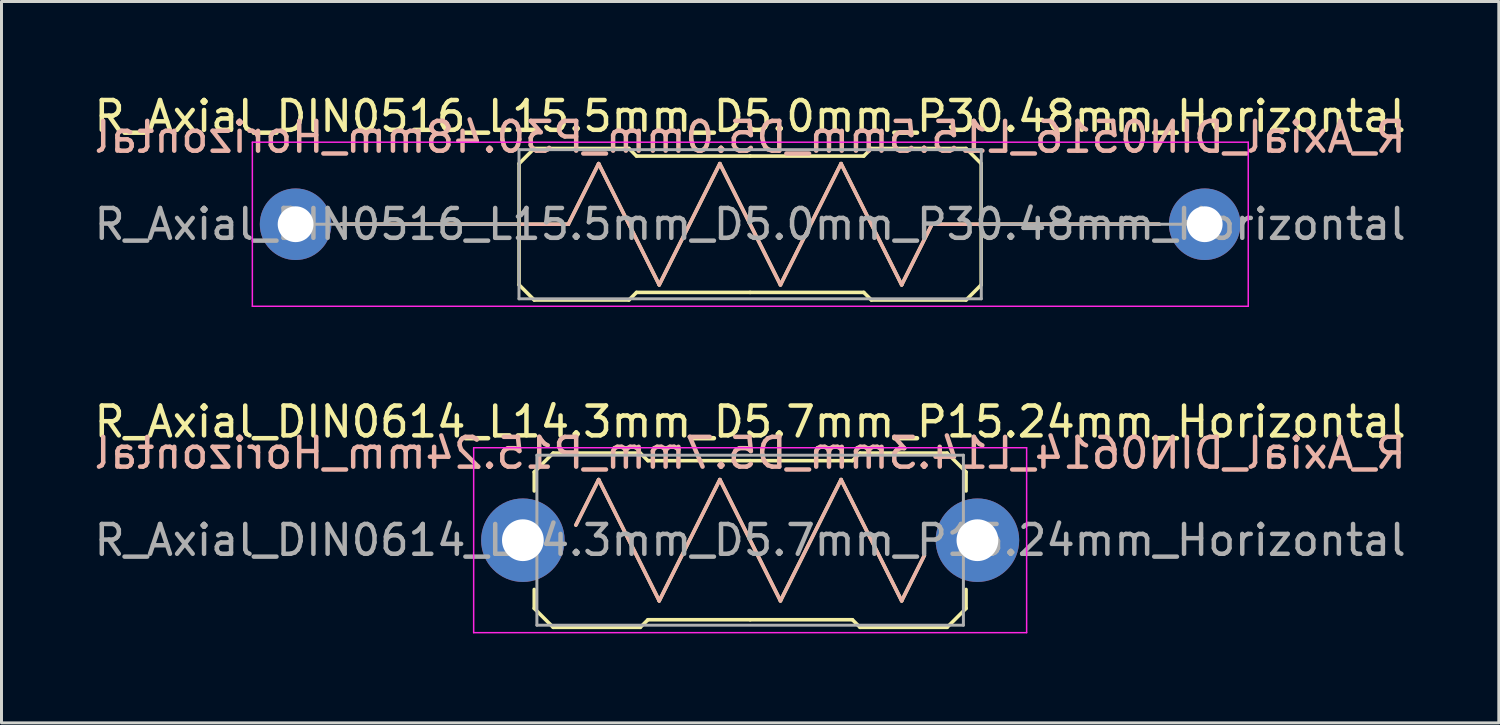
<source format=kicad_pcb>
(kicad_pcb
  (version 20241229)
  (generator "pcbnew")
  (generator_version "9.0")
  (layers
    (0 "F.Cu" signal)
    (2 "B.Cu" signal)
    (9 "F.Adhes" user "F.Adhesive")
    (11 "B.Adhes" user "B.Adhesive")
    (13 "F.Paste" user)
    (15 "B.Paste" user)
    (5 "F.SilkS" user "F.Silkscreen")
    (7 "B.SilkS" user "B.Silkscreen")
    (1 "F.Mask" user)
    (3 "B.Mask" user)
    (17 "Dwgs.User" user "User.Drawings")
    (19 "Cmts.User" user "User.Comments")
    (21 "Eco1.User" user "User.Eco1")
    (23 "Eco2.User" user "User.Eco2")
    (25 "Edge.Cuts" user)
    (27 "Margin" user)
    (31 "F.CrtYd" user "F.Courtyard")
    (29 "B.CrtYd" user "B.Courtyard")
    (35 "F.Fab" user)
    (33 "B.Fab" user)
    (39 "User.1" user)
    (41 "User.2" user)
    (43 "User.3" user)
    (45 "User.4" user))
  (footprint "R_Axial_DIN0516_L15.5mm_D5.0mm_P30.48mm_Horizontal"
    (layer "F.Cu")
    (at 6.861 4.468)
    (property "Reference" "R_Axial_DIN0516_L15.5mm_D5.0mm_P30.48mm_Horizontal" (at 15.24 -3.62 0) (layer "F.SilkS") (effects (font (size 1 1) (thickness 0.15))))
    (attr through_hole)
    (fp_line (start 7.493 -2.032) (end 8.001 -2.54) (stroke (width 0.12) (type solid)) (layer "F.SilkS"))
    (fp_line (start 7.493 0) (end 1.524 0) (stroke (width 0.12) (type solid)) (layer "F.SilkS"))
    (fp_line (start 7.493 2.032) (end 7.493 -2.032) (stroke (width 0.12) (type solid)) (layer "F.SilkS"))
    (fp_line (start 7.493 2.032) (end 8.001 2.54) (stroke (width 0.12) (type solid)) (layer "F.SilkS"))
    (fp_line (start 8.001 -2.54) (end 11.176 -2.54) (stroke (width 0.12) (type solid)) (layer "F.SilkS"))
    (fp_line (start 8.001 2.54) (end 11.176 2.54) (stroke (width 0.12) (type solid)) (layer "F.SilkS"))
    (fp_line (start 9.144 0) (end 7.493 0) (stroke (width 0.12) (type solid)) (layer "F.SilkS"))
    (fp_line (start 9.144 0) (end 10.16 -2.032) (stroke (width 0.12) (type solid)) (layer "F.SilkS"))
    (fp_line (start 10.16 -2.032) (end 12.192 2.032) (stroke (width 0.12) (type solid)) (layer "F.SilkS"))
    (fp_line (start 11.176 -2.54) (end 11.43 -2.286) (stroke (width 0.12) (type solid)) (layer "F.SilkS"))
    (fp_line (start 11.176 2.54) (end 11.43 2.286) (stroke (width 0.12) (type solid)) (layer "F.SilkS"))
    (fp_line (start 11.43 -2.286) (end 15.24 -2.286) (stroke (width 0.12) (type solid)) (layer "F.SilkS"))
    (fp_line (start 11.43 2.286) (end 15.24 2.286) (stroke (width 0.12) (type solid)) (layer "F.SilkS"))
    (fp_line (start 12.192 2.032) (end 14.224 -2.032) (stroke (width 0.12) (type solid)) (layer "F.SilkS"))
    (fp_line (start 14.224 -2.032) (end 16.256 2.032) (stroke (width 0.12) (type solid)) (layer "F.SilkS"))
    (fp_line (start 16.256 2.032) (end 18.288 -2.032) (stroke (width 0.12) (type solid)) (layer "F.SilkS"))
    (fp_line (start 18.288 -2.032) (end 20.32 2.032) (stroke (width 0.12) (type solid)) (layer "F.SilkS"))
    (fp_line (start 19.05 -2.286) (end 15.24 -2.286) (stroke (width 0.12) (type solid)) (layer "F.SilkS"))
    (fp_line (start 19.05 2.286) (end 15.24 2.286) (stroke (width 0.12) (type solid)) (layer "F.SilkS"))
    (fp_line (start 19.304 -2.54) (end 19.05 -2.286) (stroke (width 0.12) (type solid)) (layer "F.SilkS"))
    (fp_line (start 19.304 2.54) (end 19.05 2.286) (stroke (width 0.12) (type solid)) (layer "F.SilkS"))
    (fp_line (start 20.32 2.032) (end 21.336 0) (stroke (width 0.12) (type solid)) (layer "F.SilkS"))
    (fp_line (start 21.336 0) (end 22.987 0) (stroke (width 0.12) (type solid)) (layer "F.SilkS"))
    (fp_line (start 22.479 -2.54) (end 19.304 -2.54) (stroke (width 0.12) (type solid)) (layer "F.SilkS"))
    (fp_line (start 22.479 2.54) (end 19.304 2.54) (stroke (width 0.12) (type solid)) (layer "F.SilkS"))
    (fp_line (start 22.987 -2.032) (end 22.479 -2.54) (stroke (width 0.12) (type solid)) (layer "F.SilkS"))
    (fp_line (start 22.987 2.032) (end 22.479 2.54) (stroke (width 0.12) (type solid)) (layer "F.SilkS"))
    (fp_line (start 22.987 2.032) (end 22.987 -2.032) (stroke (width 0.12) (type solid)) (layer "F.SilkS"))
    (fp_line (start 28.956 0) (end 22.987 0) (stroke (width 0.12) (type solid)) (layer "F.SilkS"))
    (fp_line (start 1.524 0) (end 9.144 0) (stroke (width 0.12) (type solid)) (layer "B.SilkS"))
    (fp_line (start 9.144 0) (end 10.16 -2.032) (stroke (width 0.12) (type solid)) (layer "B.SilkS"))
    (fp_line (start 10.16 -2.032) (end 12.192 2.032) (stroke (width 0.12) (type solid)) (layer "B.SilkS"))
    (fp_line (start 12.192 2.032) (end 14.224 -2.032) (stroke (width 0.12) (type solid)) (layer "B.SilkS"))
    (fp_line (start 14.224 -2.032) (end 16.256 2.032) (stroke (width 0.12) (type solid)) (layer "B.SilkS"))
    (fp_line (start 16.256 2.032) (end 18.288 -2.032) (stroke (width 0.12) (type solid)) (layer "B.SilkS"))
    (fp_line (start 18.288 -2.032) (end 20.32 2.032) (stroke (width 0.12) (type solid)) (layer "B.SilkS"))
    (fp_line (start 20.32 2.032) (end 21.336 0) (stroke (width 0.12) (type solid)) (layer "B.SilkS"))
    (fp_line (start 21.336 0) (end 28.956 0) (stroke (width 0.12) (type solid)) (layer "B.SilkS"))
    (fp_line (start -1.45 -2.75) (end -1.45 2.75) (stroke (width 0.05) (type solid)) (layer "F.CrtYd"))
    (fp_line (start -1.45 2.75) (end 31.94 2.75) (stroke (width 0.05) (type solid)) (layer "F.CrtYd"))
    (fp_line (start 31.94 -2.75) (end -1.45 -2.75) (stroke (width 0.05) (type solid)) (layer "F.CrtYd"))
    (fp_line (start 31.94 2.75) (end 31.94 -2.75) (stroke (width 0.05) (type solid)) (layer "F.CrtYd"))
    (fp_line (start 0 0) (end 7.49 0) (stroke (width 0.1) (type solid)) (layer "F.Fab"))
    (fp_line (start 7.49 -2.5) (end 7.49 2.5) (stroke (width 0.1) (type solid)) (layer "F.Fab"))
    (fp_line (start 7.49 2.5) (end 22.99 2.5) (stroke (width 0.1) (type solid)) (layer "F.Fab"))
    (fp_line (start 22.99 -2.5) (end 7.49 -2.5) (stroke (width 0.1) (type solid)) (layer "F.Fab"))
    (fp_line (start 22.99 2.5) (end 22.99 -2.5) (stroke (width 0.1) (type solid)) (layer "F.Fab"))
    (fp_line (start 30.48 0) (end 22.99 0) (stroke (width 0.1) (type solid)) (layer "F.Fab"))
    (fp_text user "${REFERENCE}" (at 15.24 -2.921 0) (unlocked yes) (layer "B.SilkS") (effects (font (size 1 1) (thickness 0.15)) (justify mirror)))
    (fp_text user "${REFERENCE}" (at 15.24 0 0) (layer "F.Fab") (effects (font (size 1 1) (thickness 0.15))))
    (pad "1" thru_hole circle (at 0 0) (size 2.4 2.4) (drill 1.2) (layers "*.Cu" "*.Mask"))
    (pad "2" thru_hole oval (at 30.48 0) (size 2.4 2.4) (drill 1.2) (layers "*.Cu" "*.Mask")))
  (footprint "R_Axial_DIN0614_L14.3mm_D5.7mm_P15.24mm_Horizontal"
    (layer "F.Cu")
    (at 14.481 15.062)
    (property "Reference" "R_Axial_DIN0614_L14.3mm_D5.7mm_P15.24mm_Horizontal" (at 7.62 -3.97 0) (layer "F.SilkS") (effects (font (size 1 1) (thickness 0.15))))
    (attr through_hole)
    (fp_line (start 0.381 -2.286) (end 0.381 -1.651) (stroke (width 0.12) (type solid)) (layer "F.SilkS"))
    (fp_line (start 0.381 -2.286) (end 1.016 -2.921) (stroke (width 0.12) (type solid)) (layer "F.SilkS"))
    (fp_line (start 0.381 2.286) (end 0.381 1.651) (stroke (width 0.12) (type solid)) (layer "F.SilkS"))
    (fp_line (start 0.381 2.286) (end 1.016 2.921) (stroke (width 0.12) (type solid)) (layer "F.SilkS"))
    (fp_line (start 1.016 -2.921) (end 3.937 -2.921) (stroke (width 0.12) (type solid)) (layer "F.SilkS"))
    (fp_line (start 1.016 2.921) (end 3.937 2.921) (stroke (width 0.12) (type solid)) (layer "F.SilkS"))
    (fp_line (start 1.778 -0.508) (end 2.54 -2.032) (stroke (width 0.12) (type solid)) (layer "F.SilkS"))
    (fp_line (start 2.54 -2.032) (end 4.572 2.032) (stroke (width 0.12) (type solid)) (layer "F.SilkS"))
    (fp_line (start 3.937 -2.921) (end 4.191 -2.667) (stroke (width 0.12) (type solid)) (layer "F.SilkS"))
    (fp_line (start 3.937 2.921) (end 4.191 2.667) (stroke (width 0.12) (type solid)) (layer "F.SilkS"))
    (fp_line (start 4.191 -2.667) (end 7.62 -2.667) (stroke (width 0.12) (type solid)) (layer "F.SilkS"))
    (fp_line (start 4.191 2.667) (end 7.62 2.667) (stroke (width 0.12) (type solid)) (layer "F.SilkS"))
    (fp_line (start 4.572 2.032) (end 6.604 -2.032) (stroke (width 0.12) (type solid)) (layer "F.SilkS"))
    (fp_line (start 6.604 -2.032) (end 8.636 2.032) (stroke (width 0.12) (type solid)) (layer "F.SilkS"))
    (fp_line (start 8.636 2.032) (end 10.668 -2.032) (stroke (width 0.12) (type solid)) (layer "F.SilkS"))
    (fp_line (start 10.668 -2.032) (end 12.7 2.032) (stroke (width 0.12) (type solid)) (layer "F.SilkS"))
    (fp_line (start 11.049 -2.667) (end 7.62 -2.667) (stroke (width 0.12) (type solid)) (layer "F.SilkS"))
    (fp_line (start 11.049 2.667) (end 7.62 2.667) (stroke (width 0.12) (type solid)) (layer "F.SilkS"))
    (fp_line (start 11.303 -2.921) (end 11.049 -2.667) (stroke (width 0.12) (type solid)) (layer "F.SilkS"))
    (fp_line (start 11.303 2.921) (end 11.049 2.667) (stroke (width 0.12) (type solid)) (layer "F.SilkS"))
    (fp_line (start 12.7 2.032) (end 13.462 0.508) (stroke (width 0.12) (type solid)) (layer "F.SilkS"))
    (fp_line (start 14.224 -2.921) (end 11.303 -2.921) (stroke (width 0.12) (type solid)) (layer "F.SilkS"))
    (fp_line (start 14.224 2.921) (end 11.303 2.921) (stroke (width 0.12) (type solid)) (layer "F.SilkS"))
    (fp_line (start 14.859 -2.286) (end 14.224 -2.921) (stroke (width 0.12) (type solid)) (layer "F.SilkS"))
    (fp_line (start 14.859 -2.286) (end 14.859 -1.651) (stroke (width 0.12) (type solid)) (layer "F.SilkS"))
    (fp_line (start 14.859 2.286) (end 14.224 2.921) (stroke (width 0.12) (type solid)) (layer "F.SilkS"))
    (fp_line (start 14.859 2.286) (end 14.859 1.651) (stroke (width 0.12) (type solid)) (layer "F.SilkS"))
    (fp_line (start 1.778 -0.508) (end 2.54 -2.032) (stroke (width 0.12) (type solid)) (layer "B.SilkS"))
    (fp_line (start 2.54 -2.032) (end 4.572 2.032) (stroke (width 0.12) (type solid)) (layer "B.SilkS"))
    (fp_line (start 4.572 2.032) (end 6.604 -2.032) (stroke (width 0.12) (type solid)) (layer "B.SilkS"))
    (fp_line (start 6.604 -2.032) (end 8.636 2.032) (stroke (width 0.12) (type solid)) (layer "B.SilkS"))
    (fp_line (start 8.636 2.032) (end 10.668 -2.032) (stroke (width 0.12) (type solid)) (layer "B.SilkS"))
    (fp_line (start 10.668 -2.032) (end 12.7 2.032) (stroke (width 0.12) (type solid)) (layer "B.SilkS"))
    (fp_line (start 12.7 2.032) (end 13.462 0.508) (stroke (width 0.12) (type solid)) (layer "B.SilkS"))
    (fp_line (start -1.65 -3.1) (end -1.65 3.1) (stroke (width 0.05) (type solid)) (layer "F.CrtYd"))
    (fp_line (start -1.65 3.1) (end 16.89 3.1) (stroke (width 0.05) (type solid)) (layer "F.CrtYd"))
    (fp_line (start 16.89 -3.1) (end -1.65 -3.1) (stroke (width 0.05) (type solid)) (layer "F.CrtYd"))
    (fp_line (start 16.89 3.1) (end 16.89 -3.1) (stroke (width 0.05) (type solid)) (layer "F.CrtYd"))
    (fp_line (start 0 0) (end 0.47 0) (stroke (width 0.1) (type solid)) (layer "F.Fab"))
    (fp_line (start 0.47 -2.85) (end 0.47 2.85) (stroke (width 0.1) (type solid)) (layer "F.Fab"))
    (fp_line (start 0.47 2.85) (end 14.77 2.85) (stroke (width 0.1) (type solid)) (layer "F.Fab"))
    (fp_line (start 14.77 -2.85) (end 0.47 -2.85) (stroke (width 0.1) (type solid)) (layer "F.Fab"))
    (fp_line (start 14.77 2.85) (end 14.77 -2.85) (stroke (width 0.1) (type solid)) (layer "F.Fab"))
    (fp_line (start 15.24 0) (end 14.77 0) (stroke (width 0.1) (type solid)) (layer "F.Fab"))
    (fp_text user "${REFERENCE}" (at 7.62 -2.921 0) (unlocked yes) (layer "B.SilkS") (effects (font (size 1 1) (thickness 0.15)) (justify mirror)))
    (fp_text user "${REFERENCE}" (at 7.62 0 0) (layer "F.Fab") (effects (font (size 1 1) (thickness 0.15))))
    (pad "1" thru_hole circle (at 0 0) (size 2.8 2.8) (drill 1.4) (layers "*.Cu" "*.Mask"))
    (pad "2" thru_hole oval (at 15.24 0) (size 2.8 2.8) (drill 1.4) (layers "*.Cu" "*.Mask")))
  (gr_rect
    (start -3 -3)
    (end 47.202 21.186)
    (stroke (width 0.1) (type default))
    (fill no)
    (layer "Edge.Cuts")))
</source>
